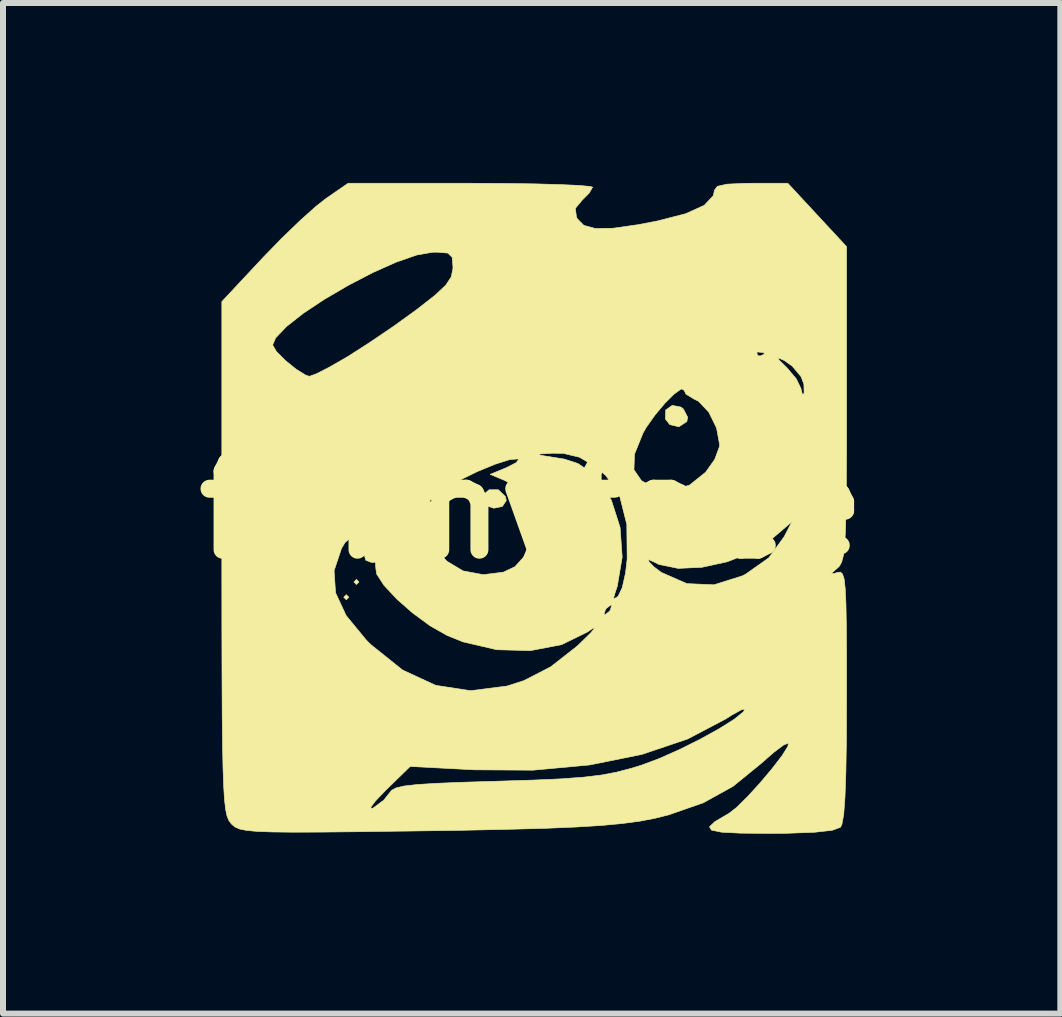
<source format=kicad_pcb>
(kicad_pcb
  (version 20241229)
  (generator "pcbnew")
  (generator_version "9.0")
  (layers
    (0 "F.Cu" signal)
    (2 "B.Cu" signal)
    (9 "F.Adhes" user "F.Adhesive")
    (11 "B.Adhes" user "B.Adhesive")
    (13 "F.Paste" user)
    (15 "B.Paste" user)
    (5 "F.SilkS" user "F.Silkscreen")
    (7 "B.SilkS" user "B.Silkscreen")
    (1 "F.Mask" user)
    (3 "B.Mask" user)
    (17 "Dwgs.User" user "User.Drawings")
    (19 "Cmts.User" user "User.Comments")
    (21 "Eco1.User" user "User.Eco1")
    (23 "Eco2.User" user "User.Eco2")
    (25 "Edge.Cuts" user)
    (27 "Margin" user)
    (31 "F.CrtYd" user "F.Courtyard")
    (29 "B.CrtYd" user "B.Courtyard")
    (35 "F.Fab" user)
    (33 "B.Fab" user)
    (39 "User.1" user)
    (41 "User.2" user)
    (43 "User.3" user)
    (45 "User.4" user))
  (footprint "funnyface"
    (layer "F.Cu")
    (at 5.813 5.424)
    (property "Reference" "funnyface" (at 0 0 0) (layer "F.SilkS") (effects (font (size 1.524 1.524) (thickness 0.3))))
    (attr through_hole)
    (fp_poly (pts (xy -3.048 1.482) (xy -3.09 1.524) (xy -3.133 1.482) (xy -3.09 1.439) (xy -3.048 1.482)) (stroke (width 0.01) (type solid)) (fill yes) (layer "F.SilkS"))
    (fp_poly (pts (xy -2.879 1.228) (xy -2.921 1.27) (xy -2.963 1.228) (xy -2.921 1.185) (xy -2.879 1.228)) (stroke (width 0.01) (type solid)) (fill yes) (layer "F.SilkS"))
    (fp_poly (pts (xy 2.489 -1.688) (xy 2.529 -1.656) (xy 2.6 -1.519) (xy 2.587 -1.447) (xy 2.455 -1.36) (xy 2.303 -1.395) (xy 2.229 -1.49) (xy 2.235 -1.639) (xy 2.343 -1.716) (xy 2.489 -1.688)) (stroke (width 0.01) (type solid)) (fill yes) (layer "F.SilkS"))
    (fp_poly (pts (xy -0.556 -0.31) (xy -0.44 -0.199) (xy -0.423 -0.13) (xy -0.489 -0.031) (xy -0.632 -0.002) (xy -0.773 -0.051) (xy -0.809 -0.092) (xy -0.814 -0.22) (xy -0.71 -0.309) (xy -0.556 -0.31) (xy -0.556 -0.31)) (stroke (width 0.01) (type solid)) (fill yes) (layer "F.SilkS"))
    (fp_poly (pts (xy -0.455 -5.416) (xy 0.052 -5.409) (xy 0.474 -5.397) (xy 0.79 -5.383) (xy 0.976 -5.366) (xy 1.016 -5.353) (xy 0.958 -5.254) (xy 0.844 -5.14) (xy 0.728 -5) (xy 0.747 -4.856) (xy 0.763 -4.825) (xy 0.87 -4.717) (xy 1.061 -4.665) (xy 1.356 -4.669) (xy 1.777 -4.729) (xy 2.099 -4.791) (xy 2.569 -4.912) (xy 2.876 -5.051) (xy 3.028 -5.212) (xy 3.048 -5.305) (xy 3.096 -5.368) (xy 3.256 -5.404) (xy 3.553 -5.418) (xy 3.659 -5.419) (xy 4.27 -5.419) (xy 5.249 -4.363) (xy 5.249 -1.747) (xy 5.249 -1.007) (xy 5.246 -0.419) (xy 5.24 0.037) (xy 5.231 0.378) (xy 5.216 0.622) (xy 5.196 0.789) (xy 5.168 0.895) (xy 5.133 0.961) (xy 5.101 0.992) (xy 5 1.081) (xy 5.031 1.089) (xy 5.101 1.068) (xy 5.147 1.063) (xy 5.182 1.094) (xy 5.209 1.179) (xy 5.227 1.339) (xy 5.239 1.59) (xy 5.246 1.954) (xy 5.249 2.448) (xy 5.249 3.091) (xy 5.249 3.118) (xy 5.247 3.837) (xy 5.238 4.399) (xy 5.223 4.816) (xy 5.202 5.101) (xy 5.172 5.267) (xy 5.148 5.317) (xy 5.011 5.367) (xy 4.715 5.4) (xy 4.256 5.417) (xy 3.956 5.419) (xy 3.483 5.415) (xy 3.167 5.399) (xy 2.998 5.365) (xy 2.964 5.309) (xy 3.053 5.224) (xy 3.255 5.105) (xy 3.281 5.091) (xy 3.416 4.987) (xy 3.601 4.804) (xy 3.809 4.576) (xy 4.009 4.338) (xy 4.173 4.125) (xy 4.27 3.971) (xy 4.281 3.914) (xy 4.202 3.944) (xy 4.037 4.067) (xy 3.823 4.255) (xy 3.823 4.255) (xy 3.356 4.635) (xy 2.863 4.908) (xy 2.283 5.11) (xy 2.056 5.167) (xy 1.805 5.215) (xy 1.513 5.254) (xy 1.161 5.287) (xy 0.732 5.313) (xy 0.206 5.335) (xy -0.433 5.352) (xy -1.205 5.368) (xy -2.127 5.381) (xy -2.159 5.381) (xy -2.908 5.391) (xy -3.506 5.397) (xy -3.972 5.399) (xy -4.322 5.395) (xy -4.577 5.386) (xy -4.753 5.369) (xy -4.869 5.346) (xy -4.944 5.313) (xy -4.995 5.271) (xy -5.016 5.248) (xy -5.05 5.2) (xy -5.078 5.13) (xy -5.101 5.022) (xy -5.105 4.987) (xy -2.685 4.987) (xy -2.659 5.005) (xy -2.648 5) (xy -2.465 4.864) (xy -2.377 4.753) (xy -2.334 4.7) (xy -2.256 4.659) (xy -2.12 4.628) (xy -1.904 4.604) (xy -1.584 4.584) (xy -1.139 4.566) (xy -0.576 4.549) (xy 0.031 4.53) (xy 0.5 4.509) (xy 0.864 4.482) (xy 1.156 4.447) (xy 1.407 4.4) (xy 1.65 4.337) (xy 1.827 4.283) (xy 2.127 4.171) (xy 2.467 4.02) (xy 2.811 3.848) (xy 3.126 3.674) (xy 3.377 3.516) (xy 3.528 3.394) (xy 3.556 3.345) (xy 3.494 3.359) (xy 3.336 3.447) (xy 3.239 3.509) (xy 2.6 3.845) (xy 1.835 4.103) (xy 0.967 4.278) (xy 0.023 4.365) (xy -0.949 4.359) (xy -2.026 4.303) (xy -2.431 4.698) (xy -2.604 4.878) (xy -2.685 4.987) (xy -5.105 4.987) (xy -5.12 4.863) (xy -5.134 4.639) (xy -5.145 4.335) (xy -5.153 3.937) (xy -5.159 3.431) (xy -5.162 2.803) (xy -5.164 2.038) (xy -5.165 1.122) (xy -5.165 1.04) (xy -3.294 1.04) (xy -3.269 1.408) (xy -3.093 1.787) (xy -2.758 2.195) (xy -2.682 2.271) (xy -2.153 2.695) (xy -1.599 2.951) (xy -1.02 3.04) (xy -0.414 2.963) (xy -0.129 2.872) (xy 0.319 2.641) (xy 0.757 2.298) (xy 0.784 2.273) (xy 0.984 2.077) (xy 1.057 1.99) (xy 1.007 2.009) (xy 0.931 2.061) (xy 0.498 2.273) (xy -0.02 2.372) (xy -0.582 2.357) (xy -1.145 2.226) (xy -1.412 2.118) (xy -1.695 1.957) (xy -1.946 1.772) (xy 1.206 1.772) (xy 1.218 1.778) (xy 1.295 1.718) (xy 1.312 1.693) (xy 1.334 1.614) (xy 1.322 1.609) (xy 1.245 1.668) (xy 1.228 1.693) (xy 1.206 1.772) (xy -1.946 1.772) (xy -1.986 1.743) (xy -2.252 1.509) (xy -2.462 1.283) (xy -2.583 1.097) (xy -2.597 1.006) (xy -2.606 0.899) (xy -2.67 0.902) (xy -2.765 0.866) (xy -2.809 0.712) (xy -2.872 0.505) (xy -2.98 0.457) (xy -3.111 0.57) (xy -3.17 0.668) (xy -3.294 1.04) (xy -5.165 1.04) (xy -5.165 0.817) (xy -5.165 -0.107) (xy -1.713 -0.107) (xy -1.685 -0.109) (xy -1.606 -0.112) (xy -1.575 -0.026) (xy -1.583 0.184) (xy -1.59 0.255) (xy -1.601 0.524) (xy -1.557 0.7) (xy -1.436 0.858) (xy -1.411 0.883) (xy -1.144 1.043) (xy -0.807 1.106) (xy -0.471 1.064) (xy -0.279 0.973) (xy -0.128 0.806) (xy -0.007 0.571) (xy -0.001 0.553) (xy 0.03 0.219) (xy -0.071 -0.105) (xy -0.281 -0.364) (xy -0.445 -0.463) (xy -0.691 -0.566) (xy -0.416 -0.68) (xy -0.259 -0.761) (xy -0.217 -0.817) (xy -0.228 -0.824) (xy -0.371 -0.811) (xy -0.613 -0.734) (xy -0.908 -0.612) (xy -1.208 -0.465) (xy -1.466 -0.315) (xy -1.509 -0.285) (xy -1.664 -0.166) (xy -1.713 -0.107) (xy -5.165 -0.107) (xy -5.165 -0.891) (xy 0.116 -0.891) (xy 0.212 -0.874) (xy 0.545 -0.821) (xy 0.771 -0.747) (xy 0.954 -0.623) (xy 1.08 -0.502) (xy 1.328 -0.138) (xy 1.474 0.318) (xy 1.509 0.814) (xy 1.427 1.301) (xy 1.394 1.397) (xy 1.362 1.509) (xy 1.417 1.485) (xy 1.443 1.462) (xy 1.509 1.325) (xy 1.565 1.079) (xy 1.591 0.853) (xy 1.948 0.853) (xy 1.956 0.891) (xy 2.043 0.98) (xy 2.161 1.068) (xy 2.587 1.255) (xy 3.037 1.275) (xy 3.509 1.127) (xy 3.565 1.099) (xy 3.952 0.826) (xy 4.21 0.472) (xy 4.338 0.224) (xy 3.987 0.524) (xy 3.66 0.735) (xy 3.26 0.891) (xy 2.838 0.983) (xy 2.442 1.001) (xy 2.121 0.935) (xy 2.044 0.897) (xy 1.948 0.853) (xy 1.591 0.853) (xy 1.592 0.846) (xy 1.586 0.268) (xy 1.471 -0.189) (xy 1.243 -0.539) (xy 1.124 -0.643) (xy 1.705 -0.643) (xy 1.831 -0.46) (xy 1.968 -0.382) (xy 2.316 -0.303) (xy 2.629 -0.385) (xy 2.9 -0.602) (xy 3.052 -0.816) (xy 3.13 -1.028) (xy 3.133 -1.064) (xy 3.082 -1.34) (xy 2.954 -1.601) (xy 2.784 -1.783) (xy 2.71 -1.82) (xy 2.573 -1.903) (xy 2.54 -1.969) (xy 2.495 -1.991) (xy 2.379 -1.909) (xy 2.223 -1.754) (xy 2.057 -1.557) (xy 1.912 -1.352) (xy 1.855 -1.252) (xy 1.714 -0.902) (xy 1.705 -0.643) (xy 1.124 -0.643) (xy 1.074 -0.687) (xy 0.797 -0.852) (xy 0.528 -0.916) (xy 0.347 -0.919) (xy 0.148 -0.907) (xy 0.116 -0.891) (xy -5.165 -0.891) (xy -5.165 -2.723) (xy -4.318 -2.723) (xy -4.256 -2.615) (xy -4.105 -2.464) (xy -3.922 -2.316) (xy -3.761 -2.217) (xy -3.703 -2.201) (xy -3.589 -2.243) (xy -3.375 -2.352) (xy -3.103 -2.508) (xy -3.099 -2.51) (xy 4.109 -2.51) (xy 4.125 -2.471) (xy 4.255 -2.344) (xy 4.41 -2.161) (xy 4.491 -1.994) (xy 4.494 -1.973) (xy 4.516 -1.891) (xy 4.542 -1.921) (xy 4.538 -2.07) (xy 4.491 -2.195) (xy 4.342 -2.372) (xy 4.21 -2.465) (xy 4.109 -2.51) (xy -3.099 -2.51) (xy -3.053 -2.538) (xy -2.962 -2.596) (xy 3.754 -2.596) (xy 3.765 -2.546) (xy 3.81 -2.54) (xy 3.88 -2.571) (xy 3.866 -2.596) (xy 3.766 -2.607) (xy 3.754 -2.596) (xy -2.962 -2.596) (xy -2.704 -2.762) (xy -2.303 -3.034) (xy -1.934 -3.3) (xy -1.905 -3.322) (xy -1.611 -3.552) (xy -1.432 -3.72) (xy -1.341 -3.857) (xy -1.313 -3.994) (xy -1.312 -4.022) (xy -1.325 -4.184) (xy -1.396 -4.255) (xy -1.574 -4.27) (xy -1.651 -4.269) (xy -1.915 -4.223) (xy -2.258 -4.104) (xy -2.648 -3.93) (xy -3.056 -3.718) (xy -3.453 -3.486) (xy -3.807 -3.251) (xy -4.088 -3.03) (xy -4.268 -2.841) (xy -4.318 -2.723) (xy -5.165 -2.723) (xy -5.165 -3.446) (xy -4.477 -4.182) (xy -4.166 -4.502) (xy -3.856 -4.801) (xy -3.586 -5.042) (xy -3.424 -5.168) (xy -3.06 -5.419) (xy -1.022 -5.419) (xy -0.455 -5.416)) (stroke (width 0.01) (type solid)) (fill yes) (layer "F.SilkS")))
  (gr_rect
    (start -3 -3)
    (end 14.626 13.847)
    (stroke (width 0.1) (type default))
    (fill no)
    (layer "Edge.Cuts")))
</source>
